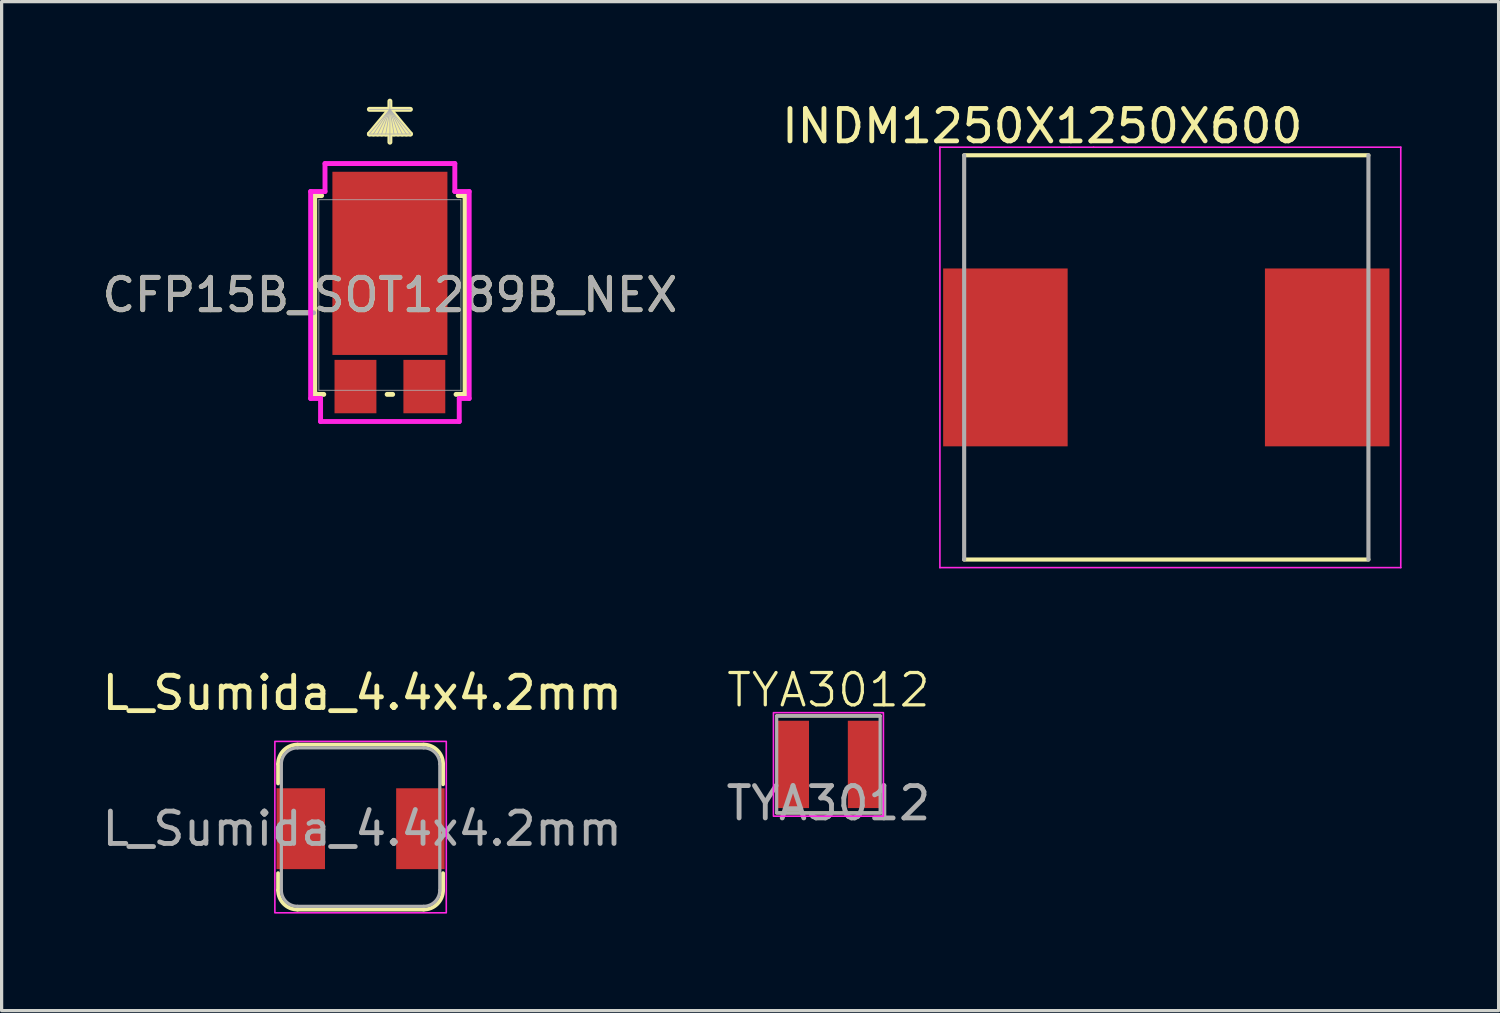
<source format=kicad_pcb>
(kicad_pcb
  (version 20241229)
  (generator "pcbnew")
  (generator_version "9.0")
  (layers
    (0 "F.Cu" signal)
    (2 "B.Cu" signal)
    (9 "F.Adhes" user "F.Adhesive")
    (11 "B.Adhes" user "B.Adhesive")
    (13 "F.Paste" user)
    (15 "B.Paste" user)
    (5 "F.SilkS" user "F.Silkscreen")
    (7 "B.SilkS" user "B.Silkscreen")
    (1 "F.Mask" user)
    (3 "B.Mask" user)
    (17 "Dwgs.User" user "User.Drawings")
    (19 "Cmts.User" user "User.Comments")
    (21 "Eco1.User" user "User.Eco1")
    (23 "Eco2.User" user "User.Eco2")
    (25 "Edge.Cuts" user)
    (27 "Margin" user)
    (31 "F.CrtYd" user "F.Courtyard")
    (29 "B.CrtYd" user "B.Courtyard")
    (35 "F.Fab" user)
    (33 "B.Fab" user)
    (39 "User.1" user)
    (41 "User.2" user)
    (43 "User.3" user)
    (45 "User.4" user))
  (footprint "TYA3012"
    (layer "F.Cu")
    (at 22.565 19.286)
    (property "Reference" "TYA3012" (at 0 -1 0) (unlocked yes) (layer "F.SilkS") (effects (font (size 1 1) (thickness 0.1))))
    (attr smd)
    (fp_line (start 1.6 -0.2) (end -1.6 -0.2) (stroke (width 0.1) (type default)) (layer "F.SilkS"))
    (fp_line (start 1.6 2.8) (end -1.6 2.8) (stroke (width 0.1) (type default)) (layer "F.SilkS"))
    (fp_rect (start -1.7 -0.3) (end 1.7 2.9) (stroke (width 0.05) (type default)) (fill no) (layer "F.CrtYd"))
    (fp_rect (start -1.6 -0.2) (end 1.6 2.8) (stroke (width 0.1) (type default)) (fill no) (layer "F.Fab"))
    (fp_text user "${REFERENCE}" (at 0 2.5 0) (unlocked yes) (layer "F.Fab") (effects (font (size 1 1) (thickness 0.15))))
    (pad "1" smd rect (at -1.1 1.3) (size 1 2.7) (layers "F.Cu" "F.Mask" "F.Paste"))
    (pad "2" smd rect (at 1.1 1.3) (size 1 2.7) (layers "F.Cu" "F.Mask" "F.Paste")))
  (footprint "INDM1250X1250X600"
    (layer "F.Cu")
    (at 33.012 8.001)
    (property "Reference" "INDM1250X1250X600" (at -3.834 -7.151 0) (layer "F.SilkS") (effects (font (size 1.002 1.002) (thickness 0.15))))
    (attr smd)
    (fp_line (start -6.25 6.25) (end 6.25 6.25) (stroke (width 0.127) (type solid)) (layer "F.SilkS"))
    (fp_line (start 6.25 -6.25) (end -6.25 -6.25) (stroke (width 0.127) (type solid)) (layer "F.SilkS"))
    (fp_line (start -7 -6.5) (end -7 6.5) (stroke (width 0.05) (type solid)) (layer "F.CrtYd"))
    (fp_line (start -7 6.5) (end 7.25 6.5) (stroke (width 0.05) (type solid)) (layer "F.CrtYd"))
    (fp_line (start -3 -6.5) (end -7 -6.5) (stroke (width 0.05) (type solid)) (layer "F.CrtYd"))
    (fp_line (start -2.25 -6.5) (end -3 -6.5) (stroke (width 0.05) (type solid)) (layer "F.CrtYd"))
    (fp_line (start 7.25 -6.5) (end -2.25 -6.5) (stroke (width 0.05) (type solid)) (layer "F.CrtYd"))
    (fp_line (start 7.25 6.5) (end 7.25 -6.5) (stroke (width 0.05) (type solid)) (layer "F.CrtYd"))
    (fp_line (start -6.25 -6.25) (end -6.25 6.25) (stroke (width 0.127) (type solid)) (layer "F.Fab"))
    (fp_line (start 6.25 6.25) (end 6.25 -6.25) (stroke (width 0.127) (type solid)) (layer "F.Fab"))
    (pad "1" smd rect (at -4.975 0 180) (size 3.85 5.5) (layers "F.Cu" "F.Mask" "F.Paste"))
    (pad "2" smd rect (at 4.975 0 180) (size 3.85 5.5) (layers "F.Cu" "F.Mask" "F.Paste")))
  (footprint "CFP15B_SOT1289B_NEX"
    (layer "F.Cu")
    (at 9.006 6.071)
    (property "Reference" "CFP15B_SOT1289B_NEX" (at 0 0 0) (unlocked yes) (layer "F.SilkS") (effects (font (size 1 1) (thickness 0.15))))
    (attr smd)
    (fp_line (start -2.324 -3.073) (end -2.324 3.073) (stroke (width 0.152) (type solid)) (layer "F.SilkS"))
    (fp_line (start -2.324 3.073) (end -2.045 3.073) (stroke (width 0.152) (type solid)) (layer "F.SilkS"))
    (fp_line (start -2.111 -3.073) (end -2.324 -3.073) (stroke (width 0.152) (type solid)) (layer "F.SilkS"))
    (fp_line (start -0.085 3.073) (end 0.085 3.073) (stroke (width 0.152) (type solid)) (layer "F.SilkS"))
    (fp_line (start 0 -5.74) (end -0.635 -4.978) (stroke (width 0.152) (type solid)) (layer "F.SilkS"))
    (fp_line (start 0 -5.74) (end -0.508 -4.978) (stroke (width 0.152) (type solid)) (layer "F.SilkS"))
    (fp_line (start 0 -5.74) (end -0.381 -4.978) (stroke (width 0.152) (type solid)) (layer "F.SilkS"))
    (fp_line (start 0 -5.74) (end -0.254 -4.978) (stroke (width 0.152) (type solid)) (layer "F.SilkS"))
    (fp_line (start 0 -5.74) (end -0.127 -4.978) (stroke (width 0.152) (type solid)) (layer "F.SilkS"))
    (fp_line (start 0 -5.74) (end 0.127 -4.978) (stroke (width 0.152) (type solid)) (layer "F.SilkS"))
    (fp_line (start 0 -5.74) (end 0.254 -4.978) (stroke (width 0.152) (type solid)) (layer "F.SilkS"))
    (fp_line (start 0 -5.74) (end 0.381 -4.978) (stroke (width 0.152) (type solid)) (layer "F.SilkS"))
    (fp_line (start 0 -5.74) (end 0.508 -4.978) (stroke (width 0.152) (type solid)) (layer "F.SilkS"))
    (fp_line (start 0 -5.74) (end 0.635 -4.978) (stroke (width 0.152) (type solid)) (layer "F.SilkS"))
    (fp_line (start 0 -4.724) (end 0 -5.994) (stroke (width 0.152) (type solid)) (layer "F.SilkS"))
    (fp_line (start 0.635 -5.74) (end -0.635 -5.74) (stroke (width 0.152) (type solid)) (layer "F.SilkS"))
    (fp_line (start 0.635 -4.978) (end -0.635 -4.978) (stroke (width 0.152) (type solid)) (layer "F.SilkS"))
    (fp_line (start 2.045 3.073) (end 2.324 3.073) (stroke (width 0.152) (type solid)) (layer "F.SilkS"))
    (fp_line (start 2.324 -3.073) (end 2.111 -3.073) (stroke (width 0.152) (type solid)) (layer "F.SilkS"))
    (fp_line (start 2.324 3.073) (end 2.324 -3.073) (stroke (width 0.152) (type solid)) (layer "F.SilkS"))
    (fp_line (start -2.451 -3.2) (end -2.007 -3.2) (stroke (width 0.152) (type solid)) (layer "F.CrtYd"))
    (fp_line (start -2.451 3.2) (end -2.451 -3.2) (stroke (width 0.152) (type solid)) (layer "F.CrtYd"))
    (fp_line (start -2.144 3.2) (end -2.451 3.2) (stroke (width 0.152) (type solid)) (layer "F.CrtYd"))
    (fp_line (start -2.144 3.2) (end -2.144 3.912) (stroke (width 0.152) (type solid)) (layer "F.CrtYd"))
    (fp_line (start -2.144 3.912) (end 2.144 3.912) (stroke (width 0.152) (type solid)) (layer "F.CrtYd"))
    (fp_line (start -2.007 -4.064) (end -2.007 -3.2) (stroke (width 0.152) (type solid)) (layer "F.CrtYd"))
    (fp_line (start -2.007 -4.064) (end 2.007 -4.064) (stroke (width 0.152) (type solid)) (layer "F.CrtYd"))
    (fp_line (start 2.007 -4.064) (end 2.007 -3.2) (stroke (width 0.152) (type solid)) (layer "F.CrtYd"))
    (fp_line (start 2.144 3.2) (end 2.144 3.912) (stroke (width 0.152) (type solid)) (layer "F.CrtYd"))
    (fp_line (start 2.451 -3.2) (end 2.007 -3.2) (stroke (width 0.152) (type solid)) (layer "F.CrtYd"))
    (fp_line (start 2.451 -3.2) (end 2.451 3.2) (stroke (width 0.152) (type solid)) (layer "F.CrtYd"))
    (fp_line (start 2.451 3.2) (end 2.144 3.2) (stroke (width 0.152) (type solid)) (layer "F.CrtYd"))
    (fp_line (start -2.197 -2.946) (end -2.197 2.946) (stroke (width 0.025) (type solid)) (layer "F.Fab"))
    (fp_line (start -2.197 2.946) (end 2.197 2.946) (stroke (width 0.025) (type solid)) (layer "F.Fab"))
    (fp_line (start 0 -5.74) (end -0.635 -4.978) (stroke (width 0.025) (type solid)) (layer "F.Fab"))
    (fp_line (start 0 -5.74) (end -0.508 -4.978) (stroke (width 0.025) (type solid)) (layer "F.Fab"))
    (fp_line (start 0 -5.74) (end -0.381 -4.978) (stroke (width 0.025) (type solid)) (layer "F.Fab"))
    (fp_line (start 0 -5.74) (end -0.254 -4.978) (stroke (width 0.025) (type solid)) (layer "F.Fab"))
    (fp_line (start 0 -5.74) (end -0.127 -4.978) (stroke (width 0.025) (type solid)) (layer "F.Fab"))
    (fp_line (start 0 -5.74) (end 0.127 -4.978) (stroke (width 0.025) (type solid)) (layer "F.Fab"))
    (fp_line (start 0 -5.74) (end 0.254 -4.978) (stroke (width 0.025) (type solid)) (layer "F.Fab"))
    (fp_line (start 0 -5.74) (end 0.381 -4.978) (stroke (width 0.025) (type solid)) (layer "F.Fab"))
    (fp_line (start 0 -5.74) (end 0.508 -4.978) (stroke (width 0.025) (type solid)) (layer "F.Fab"))
    (fp_line (start 0 -5.74) (end 0.635 -4.978) (stroke (width 0.025) (type solid)) (layer "F.Fab"))
    (fp_line (start 0 -4.724) (end 0 -5.994) (stroke (width 0.025) (type solid)) (layer "F.Fab"))
    (fp_line (start 0.635 -5.74) (end -0.635 -5.74) (stroke (width 0.025) (type solid)) (layer "F.Fab"))
    (fp_line (start 0.635 -4.978) (end -0.635 -4.978) (stroke (width 0.025) (type solid)) (layer "F.Fab"))
    (fp_line (start 2.197 -2.946) (end -2.197 -2.946) (stroke (width 0.025) (type solid)) (layer "F.Fab"))
    (fp_line (start 2.197 2.946) (end 2.197 -2.946) (stroke (width 0.025) (type solid)) (layer "F.Fab"))
    (fp_text user "${REFERENCE}" (at 0 0 0) (unlocked yes) (layer "F.Fab") (effects (font (size 1 1) (thickness 0.15))))
    (pad "1" smd rect (at 1.065 2.832 90) (size 1.651 1.295) (layers "F.Cu" "F.Mask" "F.Paste"))
    (pad "2" smd rect (at -1.065 2.832 90) (size 1.651 1.295) (layers "F.Cu" "F.Mask" "F.Paste"))
    (pad "3" smd rect (at 0 -0.978 90) (size 5.664 3.556) (layers "F.Cu" "F.Mask" "F.Paste")))
  (footprint "L_Sumida_4.4x4.2mm"
    (layer "F.Cu")
    (at 8.149 22.574)
    (property "Reference" "L_Sumida_4.4x4.2mm" (at 0 -4.2 0) (layer "F.SilkS") (effects (font (size 1 1) (thickness 0.15))))
    (attr smd)
    (fp_line (start -2.6 -1.4) (end -2.6 -2) (stroke (width 0.12) (type solid)) (layer "F.SilkS"))
    (fp_line (start -2.6 1.9) (end -2.6 1.375) (stroke (width 0.12) (type solid)) (layer "F.SilkS"))
    (fp_line (start -2 -2.6) (end 1.9 -2.6) (stroke (width 0.12) (type solid)) (layer "F.SilkS"))
    (fp_line (start 1.9 2.5) (end -2 2.5) (stroke (width 0.12) (type solid)) (layer "F.SilkS"))
    (fp_line (start 2.5 -2) (end 2.5 -1.375) (stroke (width 0.12) (type solid)) (layer "F.SilkS"))
    (fp_line (start 2.5 1.375) (end 2.5 1.9) (stroke (width 0.12) (type solid)) (layer "F.SilkS"))
    (fp_arc (start -2.6 -2) (mid -2.424264 -2.424264) (end -2 -2.6) (stroke (width 0.12) (type default)) (layer "F.SilkS"))
    (fp_arc (start -2 2.5) (mid -2.424264 2.324264) (end -2.6 1.9) (stroke (width 0.12) (type default)) (layer "F.SilkS"))
    (fp_arc (start 1.9 -2.6) (mid 2.324264 -2.424264) (end 2.5 -2) (stroke (width 0.12) (type default)) (layer "F.SilkS"))
    (fp_arc (start 2.5 1.9) (mid 2.324264 2.324264) (end 1.9 2.5) (stroke (width 0.12) (type default)) (layer "F.SilkS"))
    (fp_rect (start -2.7 -2.7) (end 2.6 2.6) (stroke (width 0.05) (type default)) (fill no) (layer "F.CrtYd"))
    (fp_line (start -2.5 1.9) (end -2.5 -2) (stroke (width 0.1) (type solid)) (layer "F.Fab"))
    (fp_line (start -2 -2.5) (end 1.9 -2.5) (stroke (width 0.1) (type solid)) (layer "F.Fab"))
    (fp_line (start 1.9 2.4) (end -2 2.4) (stroke (width 0.1) (type solid)) (layer "F.Fab"))
    (fp_line (start 2.4 -2) (end 2.4 1.9) (stroke (width 0.1) (type solid)) (layer "F.Fab"))
    (fp_arc (start -2.5 -2) (mid -2.353554 -2.353554) (end -2 -2.5) (stroke (width 0.1) (type default)) (layer "F.Fab"))
    (fp_arc (start -2.000001 2.400001) (mid -2.353554 2.253554) (end -2.500001 1.900001) (stroke (width 0.1) (type solid)) (layer "F.Fab"))
    (fp_arc (start 1.9 -2.5) (mid 2.253554 -2.353554) (end 2.4 -2) (stroke (width 0.1) (type default)) (layer "F.Fab"))
    (fp_arc (start 2.4 1.9) (mid 2.253554 2.253554) (end 1.9 2.4) (stroke (width 0.1) (type default)) (layer "F.Fab"))
    (fp_text user "${REFERENCE}" (at 0 0 0) (layer "F.Fab") (effects (font (size 1 1) (thickness 0.15))))
    (pad "1" smd rect (at -1.9 0) (size 1.5 2.5) (layers "F.Cu" "F.Mask" "F.Paste"))
    (pad "2" smd rect (at 1.8 0) (size 1.5 2.5) (layers "F.Cu" "F.Mask" "F.Paste")))
  (gr_rect
    (start -3 -3)
    (end 43.287 28.199)
    (stroke (width 0.1) (type default))
    (fill no)
    (layer "Edge.Cuts")))
</source>
